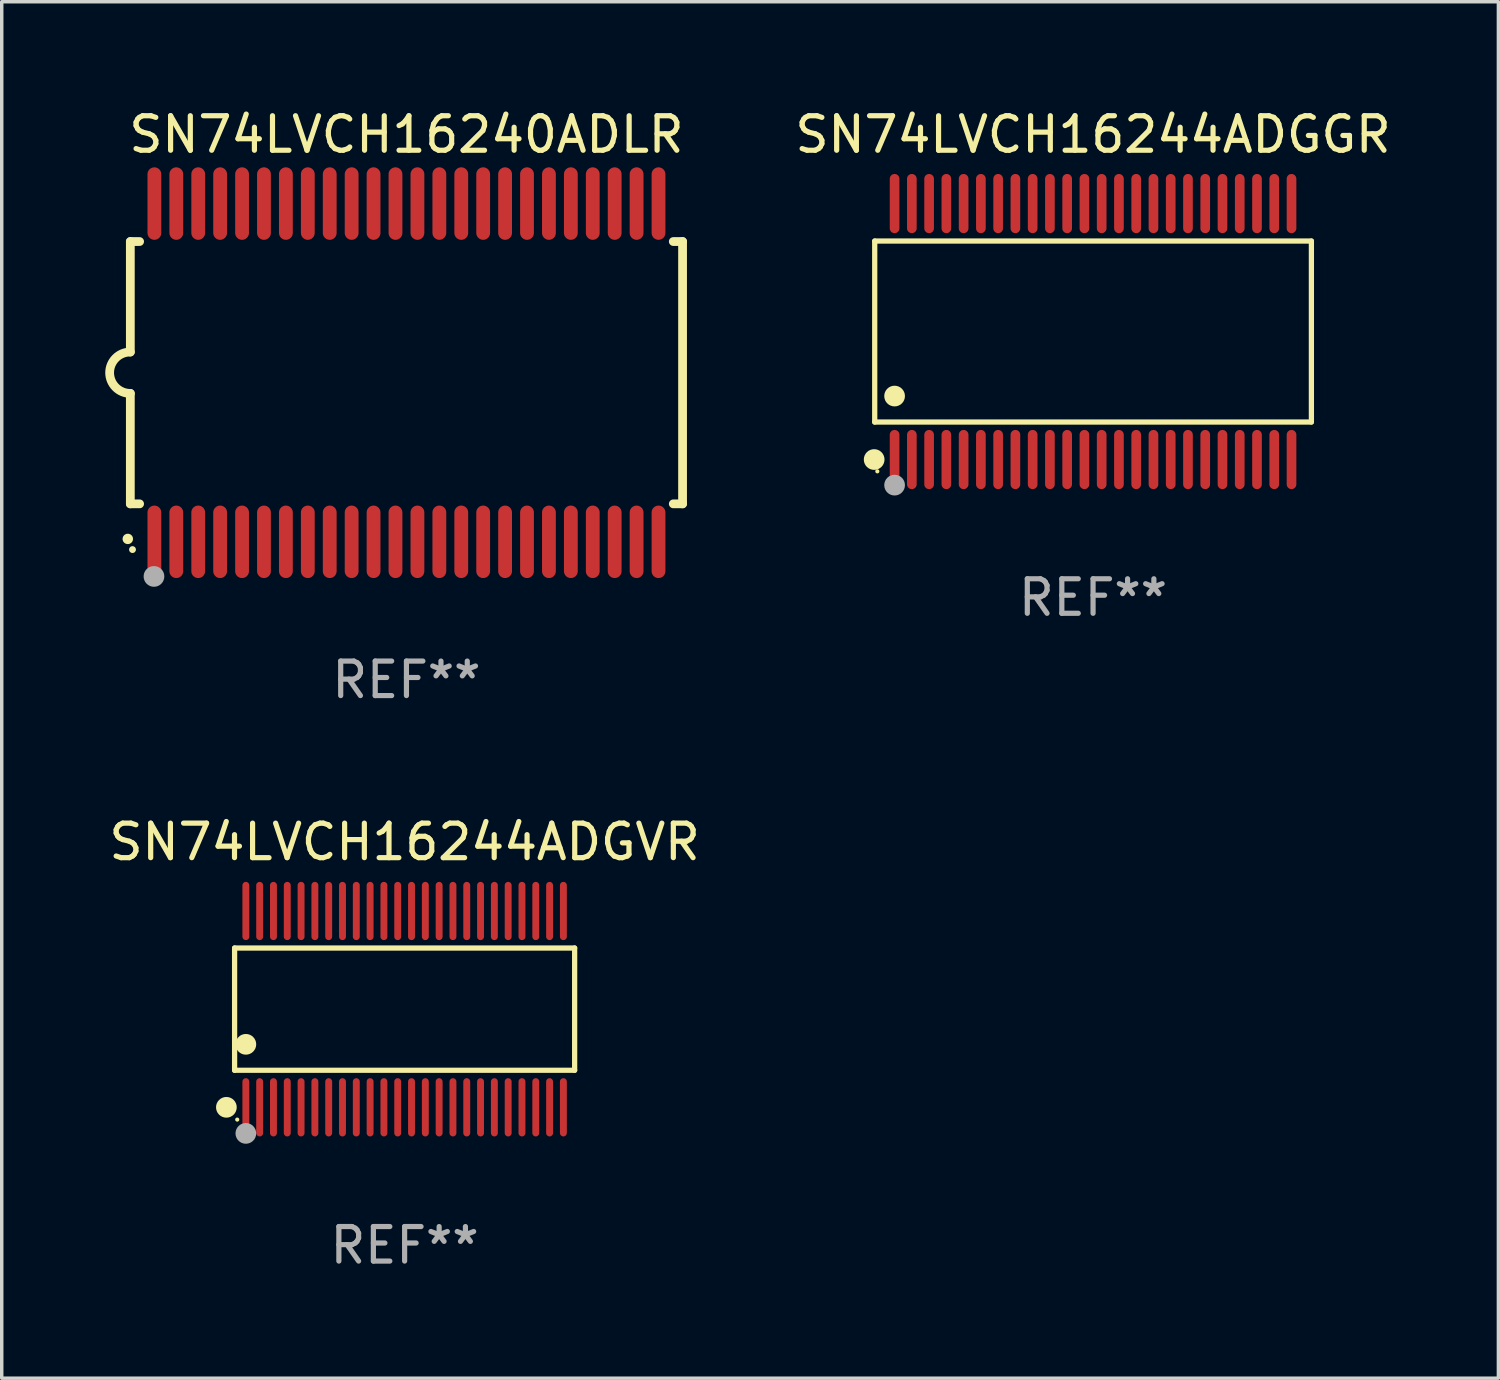
<source format=kicad_pcb>
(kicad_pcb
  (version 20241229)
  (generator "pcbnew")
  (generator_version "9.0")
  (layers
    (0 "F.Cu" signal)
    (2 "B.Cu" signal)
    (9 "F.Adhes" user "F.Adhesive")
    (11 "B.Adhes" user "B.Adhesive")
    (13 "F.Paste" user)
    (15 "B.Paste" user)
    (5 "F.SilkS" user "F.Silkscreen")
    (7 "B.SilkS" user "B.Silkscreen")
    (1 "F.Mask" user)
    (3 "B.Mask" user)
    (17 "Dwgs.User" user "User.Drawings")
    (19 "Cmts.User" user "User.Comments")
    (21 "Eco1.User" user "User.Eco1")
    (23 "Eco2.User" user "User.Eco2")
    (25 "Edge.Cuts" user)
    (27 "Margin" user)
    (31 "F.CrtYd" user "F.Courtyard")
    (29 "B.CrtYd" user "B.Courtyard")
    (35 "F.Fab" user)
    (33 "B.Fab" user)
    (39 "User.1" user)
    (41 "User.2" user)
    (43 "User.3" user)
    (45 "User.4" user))
  (footprint "SN74LVCH16244ADGVR"
    (layer "F.Cu")
    (at 8.673 26.188)
    (property "Reference" "SN74LVCH16244ADGVR" (at 0 -4.844 0) (layer "F.SilkS") (effects (font (size 1 1) (thickness 0.15))))
    (attr through_hole)
    (fp_line (start -4.926 -1.771) (end 4.926 -1.771) (stroke (width 0.152) (type solid)) (layer "F.SilkS"))
    (fp_line (start -4.926 1.771) (end -4.926 -1.771) (stroke (width 0.152) (type solid)) (layer "F.SilkS"))
    (fp_line (start 4.926 -1.771) (end 4.926 1.771) (stroke (width 0.152) (type solid)) (layer "F.SilkS"))
    (fp_line (start 4.926 1.771) (end -4.926 1.771) (stroke (width 0.152) (type solid)) (layer "F.SilkS"))
    (fp_circle (center -5.164 2.844) (end -5.014 2.844) (stroke (width 0.3) (type solid)) (fill no) (layer "F.SilkS"))
    (fp_circle (center -4.85 3.2) (end -4.82 3.2) (stroke (width 0.06) (type solid)) (fill no) (layer "F.SilkS"))
    (fp_circle (center -4.6 1.019) (end -4.45 1.019) (stroke (width 0.3) (type solid)) (fill no) (layer "F.SilkS"))
    (fp_circle (center -4.6 3.6) (end -4.45 3.6) (stroke (width 0.3) (type solid)) (fill no) (layer "F.Fab"))
    (fp_text user "REF**" (at 0 6.844 0) (layer "F.Fab") (effects (font (size 1 1) (thickness 0.15))))
    (pad "1" smd oval (at -4.6 2.844) (size 0.2 1.687) (layers "F.Cu" "F.Mask" "F.Paste"))
    (pad "2" smd oval (at -4.2 2.844) (size 0.2 1.687) (layers "F.Cu" "F.Mask" "F.Paste"))
    (pad "3" smd oval (at -3.8 2.844) (size 0.2 1.687) (layers "F.Cu" "F.Mask" "F.Paste"))
    (pad "4" smd oval (at -3.4 2.844) (size 0.2 1.687) (layers "F.Cu" "F.Mask" "F.Paste"))
    (pad "5" smd oval (at -3 2.844) (size 0.2 1.687) (layers "F.Cu" "F.Mask" "F.Paste"))
    (pad "6" smd oval (at -2.6 2.844) (size 0.2 1.687) (layers "F.Cu" "F.Mask" "F.Paste"))
    (pad "7" smd oval (at -2.2 2.844) (size 0.2 1.687) (layers "F.Cu" "F.Mask" "F.Paste"))
    (pad "8" smd oval (at -1.8 2.844) (size 0.2 1.687) (layers "F.Cu" "F.Mask" "F.Paste"))
    (pad "9" smd oval (at -1.4 2.844) (size 0.2 1.687) (layers "F.Cu" "F.Mask" "F.Paste"))
    (pad "10" smd oval (at -1 2.844) (size 0.2 1.687) (layers "F.Cu" "F.Mask" "F.Paste"))
    (pad "11" smd oval (at -0.6 2.844) (size 0.2 1.687) (layers "F.Cu" "F.Mask" "F.Paste"))
    (pad "12" smd oval (at -0.2 2.844) (size 0.2 1.687) (layers "F.Cu" "F.Mask" "F.Paste"))
    (pad "13" smd oval (at 0.2 2.844) (size 0.2 1.687) (layers "F.Cu" "F.Mask" "F.Paste"))
    (pad "14" smd oval (at 0.6 2.844) (size 0.2 1.687) (layers "F.Cu" "F.Mask" "F.Paste"))
    (pad "15" smd oval (at 1 2.844) (size 0.2 1.687) (layers "F.Cu" "F.Mask" "F.Paste"))
    (pad "16" smd oval (at 1.4 2.844) (size 0.2 1.687) (layers "F.Cu" "F.Mask" "F.Paste"))
    (pad "17" smd oval (at 1.8 2.844) (size 0.2 1.687) (layers "F.Cu" "F.Mask" "F.Paste"))
    (pad "18" smd oval (at 2.2 2.844) (size 0.2 1.687) (layers "F.Cu" "F.Mask" "F.Paste"))
    (pad "19" smd oval (at 2.6 2.844) (size 0.2 1.687) (layers "F.Cu" "F.Mask" "F.Paste"))
    (pad "20" smd oval (at 3 2.844) (size 0.2 1.687) (layers "F.Cu" "F.Mask" "F.Paste"))
    (pad "21" smd oval (at 3.4 2.844) (size 0.2 1.687) (layers "F.Cu" "F.Mask" "F.Paste"))
    (pad "22" smd oval (at 3.8 2.844) (size 0.2 1.687) (layers "F.Cu" "F.Mask" "F.Paste"))
    (pad "23" smd oval (at 4.2 2.844) (size 0.2 1.687) (layers "F.Cu" "F.Mask" "F.Paste"))
    (pad "24" smd oval (at 4.6 2.844) (size 0.2 1.687) (layers "F.Cu" "F.Mask" "F.Paste"))
    (pad "25" smd oval (at 4.6 -2.844) (size 0.2 1.687) (layers "F.Cu" "F.Mask" "F.Paste"))
    (pad "26" smd oval (at 4.2 -2.844) (size 0.2 1.687) (layers "F.Cu" "F.Mask" "F.Paste"))
    (pad "27" smd oval (at 3.8 -2.844) (size 0.2 1.687) (layers "F.Cu" "F.Mask" "F.Paste"))
    (pad "28" smd oval (at 3.4 -2.844) (size 0.2 1.687) (layers "F.Cu" "F.Mask" "F.Paste"))
    (pad "29" smd oval (at 3 -2.844) (size 0.2 1.687) (layers "F.Cu" "F.Mask" "F.Paste"))
    (pad "30" smd oval (at 2.6 -2.844) (size 0.2 1.687) (layers "F.Cu" "F.Mask" "F.Paste"))
    (pad "31" smd oval (at 2.2 -2.844) (size 0.2 1.687) (layers "F.Cu" "F.Mask" "F.Paste"))
    (pad "32" smd oval (at 1.8 -2.844) (size 0.2 1.687) (layers "F.Cu" "F.Mask" "F.Paste"))
    (pad "33" smd oval (at 1.4 -2.844) (size 0.2 1.687) (layers "F.Cu" "F.Mask" "F.Paste"))
    (pad "34" smd oval (at 1 -2.844) (size 0.2 1.687) (layers "F.Cu" "F.Mask" "F.Paste"))
    (pad "35" smd oval (at 0.6 -2.844) (size 0.2 1.687) (layers "F.Cu" "F.Mask" "F.Paste"))
    (pad "36" smd oval (at 0.2 -2.844) (size 0.2 1.687) (layers "F.Cu" "F.Mask" "F.Paste"))
    (pad "37" smd oval (at -0.2 -2.844) (size 0.2 1.687) (layers "F.Cu" "F.Mask" "F.Paste"))
    (pad "38" smd oval (at -0.6 -2.844) (size 0.2 1.687) (layers "F.Cu" "F.Mask" "F.Paste"))
    (pad "39" smd oval (at -1 -2.844) (size 0.2 1.687) (layers "F.Cu" "F.Mask" "F.Paste"))
    (pad "40" smd oval (at -1.4 -2.844) (size 0.2 1.687) (layers "F.Cu" "F.Mask" "F.Paste"))
    (pad "41" smd oval (at -1.8 -2.844) (size 0.2 1.687) (layers "F.Cu" "F.Mask" "F.Paste"))
    (pad "42" smd oval (at -2.2 -2.844) (size 0.2 1.687) (layers "F.Cu" "F.Mask" "F.Paste"))
    (pad "43" smd oval (at -2.6 -2.844) (size 0.2 1.687) (layers "F.Cu" "F.Mask" "F.Paste"))
    (pad "44" smd oval (at -3 -2.844) (size 0.2 1.687) (layers "F.Cu" "F.Mask" "F.Paste"))
    (pad "45" smd oval (at -3.4 -2.844) (size 0.2 1.687) (layers "F.Cu" "F.Mask" "F.Paste"))
    (pad "46" smd oval (at -3.8 -2.844) (size 0.2 1.687) (layers "F.Cu" "F.Mask" "F.Paste"))
    (pad "47" smd oval (at -4.2 -2.844) (size 0.2 1.687) (layers "F.Cu" "F.Mask" "F.Paste"))
    (pad "48" smd oval (at -4.6 -2.844) (size 0.2 1.687) (layers "F.Cu" "F.Mask" "F.Paste")))
  (footprint "SN74LVCH16244ADGGR"
    (layer "F.Cu")
    (at 28.619 6.556)
    (property "Reference" "SN74LVCH16244ADGGR" (at 0 -5.708 0) (layer "F.SilkS") (effects (font (size 1 1) (thickness 0.15))))
    (attr through_hole)
    (fp_line (start -6.326 -2.622) (end 6.326 -2.622) (stroke (width 0.152) (type solid)) (layer "F.SilkS"))
    (fp_line (start -6.326 2.621) (end -6.326 -2.622) (stroke (width 0.152) (type solid)) (layer "F.SilkS"))
    (fp_line (start 6.326 -2.622) (end 6.326 2.621) (stroke (width 0.152) (type solid)) (layer "F.SilkS"))
    (fp_line (start 6.326 2.621) (end -6.326 2.621) (stroke (width 0.152) (type solid)) (layer "F.SilkS"))
    (fp_circle (center -6.342 3.708) (end -6.192 3.708) (stroke (width 0.3) (type solid)) (fill no) (layer "F.SilkS"))
    (fp_circle (center -6.25 4.05) (end -6.22 4.05) (stroke (width 0.06) (type solid)) (fill no) (layer "F.SilkS"))
    (fp_circle (center -5.75 1.869) (end -5.6 1.869) (stroke (width 0.3) (type solid)) (fill no) (layer "F.SilkS"))
    (fp_circle (center -5.75 4.45) (end -5.6 4.45) (stroke (width 0.3) (type solid)) (fill no) (layer "F.Fab"))
    (fp_text user "REF**" (at 0 7.708 0) (layer "F.Fab") (effects (font (size 1 1) (thickness 0.15))))
    (pad "1" smd oval (at -5.75 3.708) (size 0.28 1.715) (layers "F.Cu" "F.Mask" "F.Paste"))
    (pad "2" smd oval (at -5.25 3.708) (size 0.28 1.715) (layers "F.Cu" "F.Mask" "F.Paste"))
    (pad "3" smd oval (at -4.75 3.708) (size 0.28 1.715) (layers "F.Cu" "F.Mask" "F.Paste"))
    (pad "4" smd oval (at -4.25 3.708) (size 0.28 1.715) (layers "F.Cu" "F.Mask" "F.Paste"))
    (pad "5" smd oval (at -3.75 3.708) (size 0.28 1.715) (layers "F.Cu" "F.Mask" "F.Paste"))
    (pad "6" smd oval (at -3.25 3.708) (size 0.28 1.715) (layers "F.Cu" "F.Mask" "F.Paste"))
    (pad "7" smd oval (at -2.75 3.708) (size 0.28 1.715) (layers "F.Cu" "F.Mask" "F.Paste"))
    (pad "8" smd oval (at -2.25 3.708) (size 0.28 1.715) (layers "F.Cu" "F.Mask" "F.Paste"))
    (pad "9" smd oval (at -1.75 3.708) (size 0.28 1.715) (layers "F.Cu" "F.Mask" "F.Paste"))
    (pad "10" smd oval (at -1.25 3.708) (size 0.28 1.715) (layers "F.Cu" "F.Mask" "F.Paste"))
    (pad "11" smd oval (at -0.75 3.708) (size 0.28 1.715) (layers "F.Cu" "F.Mask" "F.Paste"))
    (pad "12" smd oval (at -0.25 3.708) (size 0.28 1.715) (layers "F.Cu" "F.Mask" "F.Paste"))
    (pad "13" smd oval (at 0.25 3.708) (size 0.28 1.715) (layers "F.Cu" "F.Mask" "F.Paste"))
    (pad "14" smd oval (at 0.75 3.708) (size 0.28 1.715) (layers "F.Cu" "F.Mask" "F.Paste"))
    (pad "15" smd oval (at 1.25 3.708) (size 0.28 1.715) (layers "F.Cu" "F.Mask" "F.Paste"))
    (pad "16" smd oval (at 1.75 3.708) (size 0.28 1.715) (layers "F.Cu" "F.Mask" "F.Paste"))
    (pad "17" smd oval (at 2.25 3.708) (size 0.28 1.715) (layers "F.Cu" "F.Mask" "F.Paste"))
    (pad "18" smd oval (at 2.75 3.708) (size 0.28 1.715) (layers "F.Cu" "F.Mask" "F.Paste"))
    (pad "19" smd oval (at 3.25 3.708) (size 0.28 1.715) (layers "F.Cu" "F.Mask" "F.Paste"))
    (pad "20" smd oval (at 3.75 3.708) (size 0.28 1.715) (layers "F.Cu" "F.Mask" "F.Paste"))
    (pad "21" smd oval (at 4.25 3.708) (size 0.28 1.715) (layers "F.Cu" "F.Mask" "F.Paste"))
    (pad "22" smd oval (at 4.75 3.708) (size 0.28 1.715) (layers "F.Cu" "F.Mask" "F.Paste"))
    (pad "23" smd oval (at 5.25 3.708) (size 0.28 1.715) (layers "F.Cu" "F.Mask" "F.Paste"))
    (pad "24" smd oval (at 5.75 3.708) (size 0.28 1.715) (layers "F.Cu" "F.Mask" "F.Paste"))
    (pad "25" smd oval (at 5.75 -3.708) (size 0.28 1.715) (layers "F.Cu" "F.Mask" "F.Paste"))
    (pad "26" smd oval (at 5.25 -3.708) (size 0.28 1.715) (layers "F.Cu" "F.Mask" "F.Paste"))
    (pad "27" smd oval (at 4.75 -3.708) (size 0.28 1.715) (layers "F.Cu" "F.Mask" "F.Paste"))
    (pad "28" smd oval (at 4.25 -3.708) (size 0.28 1.715) (layers "F.Cu" "F.Mask" "F.Paste"))
    (pad "29" smd oval (at 3.75 -3.708) (size 0.28 1.715) (layers "F.Cu" "F.Mask" "F.Paste"))
    (pad "30" smd oval (at 3.25 -3.708) (size 0.28 1.715) (layers "F.Cu" "F.Mask" "F.Paste"))
    (pad "31" smd oval (at 2.75 -3.708) (size 0.28 1.715) (layers "F.Cu" "F.Mask" "F.Paste"))
    (pad "32" smd oval (at 2.25 -3.708) (size 0.28 1.715) (layers "F.Cu" "F.Mask" "F.Paste"))
    (pad "33" smd oval (at 1.75 -3.708) (size 0.28 1.715) (layers "F.Cu" "F.Mask" "F.Paste"))
    (pad "34" smd oval (at 1.25 -3.708) (size 0.28 1.715) (layers "F.Cu" "F.Mask" "F.Paste"))
    (pad "35" smd oval (at 0.75 -3.708) (size 0.28 1.715) (layers "F.Cu" "F.Mask" "F.Paste"))
    (pad "36" smd oval (at 0.25 -3.708) (size 0.28 1.715) (layers "F.Cu" "F.Mask" "F.Paste"))
    (pad "37" smd oval (at -0.25 -3.708) (size 0.28 1.715) (layers "F.Cu" "F.Mask" "F.Paste"))
    (pad "38" smd oval (at -0.75 -3.708) (size 0.28 1.715) (layers "F.Cu" "F.Mask" "F.Paste"))
    (pad "39" smd oval (at -1.25 -3.708) (size 0.28 1.715) (layers "F.Cu" "F.Mask" "F.Paste"))
    (pad "40" smd oval (at -1.75 -3.708) (size 0.28 1.715) (layers "F.Cu" "F.Mask" "F.Paste"))
    (pad "41" smd oval (at -2.25 -3.708) (size 0.28 1.715) (layers "F.Cu" "F.Mask" "F.Paste"))
    (pad "42" smd oval (at -2.75 -3.708) (size 0.28 1.715) (layers "F.Cu" "F.Mask" "F.Paste"))
    (pad "43" smd oval (at -3.25 -3.708) (size 0.28 1.715) (layers "F.Cu" "F.Mask" "F.Paste"))
    (pad "44" smd oval (at -3.75 -3.708) (size 0.28 1.715) (layers "F.Cu" "F.Mask" "F.Paste"))
    (pad "45" smd oval (at -4.25 -3.708) (size 0.28 1.715) (layers "F.Cu" "F.Mask" "F.Paste"))
    (pad "46" smd oval (at -4.75 -3.708) (size 0.28 1.715) (layers "F.Cu" "F.Mask" "F.Paste"))
    (pad "47" smd oval (at -5.25 -3.708) (size 0.28 1.715) (layers "F.Cu" "F.Mask" "F.Paste"))
    (pad "48" smd oval (at -5.75 -3.708) (size 0.28 1.715) (layers "F.Cu" "F.Mask" "F.Paste")))
  (footprint "SN74LVCH16240ADLR"
    (layer "F.Cu")
    (at 8.726 7.748)
    (property "Reference" "SN74LVCH16240ADLR" (at 0 -6.9 0) (layer "F.SilkS") (effects (font (size 1 1) (thickness 0.15))))
    (attr through_hole)
    (fp_line (start -8 -3.8) (end -8 -0.599) (stroke (width 0.254) (type solid)) (layer "F.SilkS"))
    (fp_line (start -8 -3.8) (end -7.731 -3.8) (stroke (width 0.254) (type solid)) (layer "F.SilkS"))
    (fp_line (start -8 3.8) (end -8 0.599) (stroke (width 0.254) (type solid)) (layer "F.SilkS"))
    (fp_line (start -7.731 3.8) (end -8 3.8) (stroke (width 0.254) (type solid)) (layer "F.SilkS"))
    (fp_line (start 7.731 -3.8) (end 8 -3.8) (stroke (width 0.254) (type solid)) (layer "F.SilkS"))
    (fp_line (start 8 -3.8) (end 8 3.8) (stroke (width 0.254) (type solid)) (layer "F.SilkS"))
    (fp_line (start 8 3.8) (end 7.731 3.8) (stroke (width 0.254) (type solid)) (layer "F.SilkS"))
    (fp_arc (start -8.074676 4.81585) (mid -8.073406 4.815845) (end -8.072136 4.81585) (stroke (width 0.3) (type solid)) (layer "F.SilkS"))
    (fp_arc (start -8.000025 0.6) (mid -8.598908 0.00056) (end -8.000027 -0.598882) (stroke (width 0.254001) (type solid)) (layer "F.SilkS"))
    (fp_circle (center -7.937 5.125) (end -7.887 5.125) (stroke (width 0.1) (type solid)) (fill no) (layer "F.SilkS"))
    (fp_circle (center -7.315 5.903) (end -7.165 5.903) (stroke (width 0.3) (type solid)) (fill no) (layer "F.Fab"))
    (fp_text user "REF**" (at 0 8.9 0) (layer "F.Fab") (effects (font (size 1 1) (thickness 0.15))))
    (pad "1" smd oval (at -7.303 4.9) (size 0.4 2.1) (layers "F.Cu" "F.Mask" "F.Paste"))
    (pad "2" smd oval (at -6.668 4.9) (size 0.4 2.1) (layers "F.Cu" "F.Mask" "F.Paste"))
    (pad "3" smd oval (at -6.033 4.9) (size 0.4 2.1) (layers "F.Cu" "F.Mask" "F.Paste"))
    (pad "4" smd oval (at -5.398 4.9) (size 0.4 2.1) (layers "F.Cu" "F.Mask" "F.Paste"))
    (pad "5" smd oval (at -4.763 4.9) (size 0.4 2.1) (layers "F.Cu" "F.Mask" "F.Paste"))
    (pad "6" smd oval (at -4.128 4.9) (size 0.4 2.1) (layers "F.Cu" "F.Mask" "F.Paste"))
    (pad "7" smd oval (at -3.493 4.9) (size 0.4 2.1) (layers "F.Cu" "F.Mask" "F.Paste"))
    (pad "8" smd oval (at -2.858 4.9) (size 0.4 2.1) (layers "F.Cu" "F.Mask" "F.Paste"))
    (pad "9" smd oval (at -2.223 4.9) (size 0.4 2.1) (layers "F.Cu" "F.Mask" "F.Paste"))
    (pad "10" smd oval (at -1.588 4.9) (size 0.4 2.1) (layers "F.Cu" "F.Mask" "F.Paste"))
    (pad "11" smd oval (at -0.953 4.9) (size 0.4 2.1) (layers "F.Cu" "F.Mask" "F.Paste"))
    (pad "12" smd oval (at -0.318 4.9) (size 0.4 2.1) (layers "F.Cu" "F.Mask" "F.Paste"))
    (pad "13" smd oval (at 0.318 4.9) (size 0.4 2.1) (layers "F.Cu" "F.Mask" "F.Paste"))
    (pad "14" smd oval (at 0.953 4.9) (size 0.4 2.1) (layers "F.Cu" "F.Mask" "F.Paste"))
    (pad "15" smd oval (at 1.588 4.9) (size 0.4 2.1) (layers "F.Cu" "F.Mask" "F.Paste"))
    (pad "16" smd oval (at 2.223 4.9) (size 0.4 2.1) (layers "F.Cu" "F.Mask" "F.Paste"))
    (pad "17" smd oval (at 2.858 4.9) (size 0.4 2.1) (layers "F.Cu" "F.Mask" "F.Paste"))
    (pad "18" smd oval (at 3.493 4.9) (size 0.4 2.1) (layers "F.Cu" "F.Mask" "F.Paste"))
    (pad "19" smd oval (at 4.128 4.9) (size 0.4 2.1) (layers "F.Cu" "F.Mask" "F.Paste"))
    (pad "20" smd oval (at 4.763 4.9) (size 0.4 2.1) (layers "F.Cu" "F.Mask" "F.Paste"))
    (pad "21" smd oval (at 5.398 4.9) (size 0.4 2.1) (layers "F.Cu" "F.Mask" "F.Paste"))
    (pad "22" smd oval (at 6.033 4.9) (size 0.4 2.1) (layers "F.Cu" "F.Mask" "F.Paste"))
    (pad "23" smd oval (at 6.668 4.9) (size 0.4 2.1) (layers "F.Cu" "F.Mask" "F.Paste"))
    (pad "24" smd oval (at 7.303 4.9) (size 0.4 2.1) (layers "F.Cu" "F.Mask" "F.Paste"))
    (pad "25" smd oval (at 7.303 -4.9 180) (size 0.4 2.1) (layers "F.Cu" "F.Mask" "F.Paste"))
    (pad "26" smd oval (at 6.668 -4.9 180) (size 0.4 2.1) (layers "F.Cu" "F.Mask" "F.Paste"))
    (pad "27" smd oval (at 6.033 -4.9 180) (size 0.4 2.1) (layers "F.Cu" "F.Mask" "F.Paste"))
    (pad "28" smd oval (at 5.398 -4.9 180) (size 0.4 2.1) (layers "F.Cu" "F.Mask" "F.Paste"))
    (pad "29" smd oval (at 4.763 -4.9 180) (size 0.4 2.1) (layers "F.Cu" "F.Mask" "F.Paste"))
    (pad "30" smd oval (at 4.128 -4.9 180) (size 0.4 2.1) (layers "F.Cu" "F.Mask" "F.Paste"))
    (pad "31" smd oval (at 3.493 -4.9 180) (size 0.4 2.1) (layers "F.Cu" "F.Mask" "F.Paste"))
    (pad "32" smd oval (at 2.858 -4.9 180) (size 0.4 2.1) (layers "F.Cu" "F.Mask" "F.Paste"))
    (pad "33" smd oval (at 2.223 -4.9 180) (size 0.4 2.1) (layers "F.Cu" "F.Mask" "F.Paste"))
    (pad "34" smd oval (at 1.588 -4.9 180) (size 0.4 2.1) (layers "F.Cu" "F.Mask" "F.Paste"))
    (pad "35" smd oval (at 0.953 -4.9 180) (size 0.4 2.1) (layers "F.Cu" "F.Mask" "F.Paste"))
    (pad "36" smd oval (at 0.318 -4.9 180) (size 0.4 2.1) (layers "F.Cu" "F.Mask" "F.Paste"))
    (pad "37" smd oval (at -0.318 -4.9 180) (size 0.4 2.1) (layers "F.Cu" "F.Mask" "F.Paste"))
    (pad "38" smd oval (at -0.953 -4.9 180) (size 0.4 2.1) (layers "F.Cu" "F.Mask" "F.Paste"))
    (pad "39" smd oval (at -1.588 -4.9 180) (size 0.4 2.1) (layers "F.Cu" "F.Mask" "F.Paste"))
    (pad "40" smd oval (at -2.223 -4.9 180) (size 0.4 2.1) (layers "F.Cu" "F.Mask" "F.Paste"))
    (pad "41" smd oval (at -2.858 -4.9 180) (size 0.4 2.1) (layers "F.Cu" "F.Mask" "F.Paste"))
    (pad "42" smd oval (at -3.493 -4.9 180) (size 0.4 2.1) (layers "F.Cu" "F.Mask" "F.Paste"))
    (pad "43" smd oval (at -4.128 -4.9 180) (size 0.4 2.1) (layers "F.Cu" "F.Mask" "F.Paste"))
    (pad "44" smd oval (at -4.763 -4.9 180) (size 0.4 2.1) (layers "F.Cu" "F.Mask" "F.Paste"))
    (pad "45" smd oval (at -5.398 -4.9 180) (size 0.4 2.1) (layers "F.Cu" "F.Mask" "F.Paste"))
    (pad "46" smd oval (at -6.033 -4.9 180) (size 0.4 2.1) (layers "F.Cu" "F.Mask" "F.Paste"))
    (pad "47" smd oval (at -6.668 -4.9 180) (size 0.4 2.1) (layers "F.Cu" "F.Mask" "F.Paste"))
    (pad "48" smd oval (at -7.303 -4.9 180) (size 0.4 2.1) (layers "F.Cu" "F.Mask" "F.Paste")))
  (gr_rect
    (start -3 -3)
    (end 40.363 36.88)
    (stroke (width 0.1) (type default))
    (fill no)
    (layer "Edge.Cuts")))
</source>
